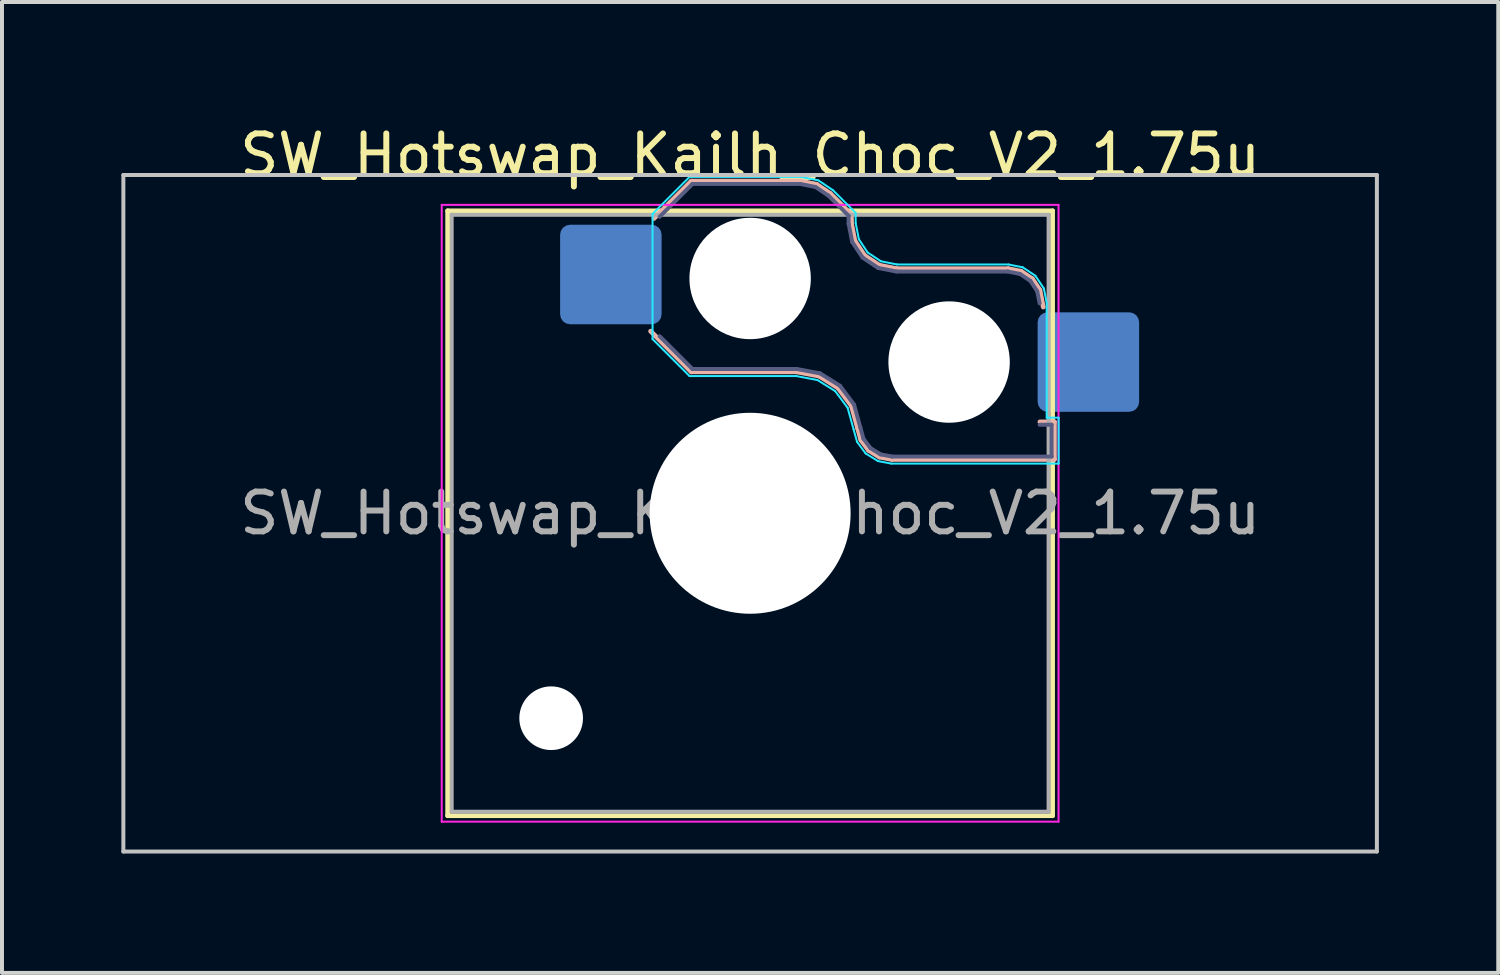
<source format=kicad_pcb>
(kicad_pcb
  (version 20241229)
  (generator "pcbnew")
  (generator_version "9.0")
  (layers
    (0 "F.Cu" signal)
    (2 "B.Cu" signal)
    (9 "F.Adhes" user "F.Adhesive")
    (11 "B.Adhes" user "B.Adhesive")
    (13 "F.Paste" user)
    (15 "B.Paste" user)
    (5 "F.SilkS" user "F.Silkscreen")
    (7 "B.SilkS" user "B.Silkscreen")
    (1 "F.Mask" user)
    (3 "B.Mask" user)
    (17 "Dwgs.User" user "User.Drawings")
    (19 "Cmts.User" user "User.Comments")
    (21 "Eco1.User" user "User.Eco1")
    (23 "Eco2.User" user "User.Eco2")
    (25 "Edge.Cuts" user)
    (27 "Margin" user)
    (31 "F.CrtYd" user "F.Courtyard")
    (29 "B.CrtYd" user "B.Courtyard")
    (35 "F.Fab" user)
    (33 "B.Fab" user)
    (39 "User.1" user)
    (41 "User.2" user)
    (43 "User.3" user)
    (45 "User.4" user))
  (footprint "SW_Hotswap_Kailh_Choc_V2_1.75u"
    (layer "F.Cu")
    (at 15.8 9.848)
    (property "Reference" "SW_Hotswap_Kailh_Choc_V2_1.75u" (at 0 -9 0) (layer "F.SilkS") (effects (font (size 1 1) (thickness 0.15))))
    (attr smd)
    (fp_line (start -7.6 -7.6) (end -7.6 7.6) (stroke (width 0.12) (type solid)) (layer "F.SilkS"))
    (fp_line (start -7.6 7.6) (end 7.6 7.6) (stroke (width 0.12) (type solid)) (layer "F.SilkS"))
    (fp_line (start 7.6 -7.6) (end -7.6 -7.6) (stroke (width 0.12) (type solid)) (layer "F.SilkS"))
    (fp_line (start 7.6 7.6) (end 7.6 -7.6) (stroke (width 0.12) (type solid)) (layer "F.SilkS"))
    (fp_line (start -2.416 -7.409) (end -1.479 -8.346) (stroke (width 0.12) (type solid)) (layer "B.SilkS"))
    (fp_line (start -1.479 -8.346) (end 1.268 -8.346) (stroke (width 0.12) (type solid)) (layer "B.SilkS"))
    (fp_line (start -1.479 -3.554) (end -2.5 -4.575) (stroke (width 0.12) (type solid)) (layer "B.SilkS"))
    (fp_line (start 1.168 -3.554) (end -1.479 -3.554) (stroke (width 0.12) (type solid)) (layer "B.SilkS"))
    (fp_line (start 1.268 -8.346) (end 1.671 -8.266) (stroke (width 0.12) (type solid)) (layer "B.SilkS"))
    (fp_line (start 1.671 -8.266) (end 2.013 -8.037) (stroke (width 0.12) (type solid)) (layer "B.SilkS"))
    (fp_line (start 1.73 -3.449) (end 1.168 -3.554) (stroke (width 0.12) (type solid)) (layer "B.SilkS"))
    (fp_line (start 2.013 -8.037) (end 2.546 -7.504) (stroke (width 0.12) (type solid)) (layer "B.SilkS"))
    (fp_line (start 2.209 -3.15) (end 1.73 -3.449) (stroke (width 0.12) (type solid)) (layer "B.SilkS"))
    (fp_line (start 2.546 -7.504) (end 2.546 -7.282) (stroke (width 0.12) (type solid)) (layer "B.SilkS"))
    (fp_line (start 2.546 -7.282) (end 2.633 -6.844) (stroke (width 0.12) (type solid)) (layer "B.SilkS"))
    (fp_line (start 2.547 -2.697) (end 2.209 -3.15) (stroke (width 0.12) (type solid)) (layer "B.SilkS"))
    (fp_line (start 2.633 -6.844) (end 2.877 -6.477) (stroke (width 0.12) (type solid)) (layer "B.SilkS"))
    (fp_line (start 2.701 -2.139) (end 2.547 -2.697) (stroke (width 0.12) (type solid)) (layer "B.SilkS"))
    (fp_line (start 2.783 -1.841) (end 2.701 -2.139) (stroke (width 0.12) (type solid)) (layer "B.SilkS"))
    (fp_line (start 2.877 -6.477) (end 3.244 -6.233) (stroke (width 0.12) (type solid)) (layer "B.SilkS"))
    (fp_line (start 2.976 -1.583) (end 2.783 -1.841) (stroke (width 0.12) (type solid)) (layer "B.SilkS"))
    (fp_line (start 3.244 -6.233) (end 3.682 -6.146) (stroke (width 0.12) (type solid)) (layer "B.SilkS"))
    (fp_line (start 3.25 -1.413) (end 2.976 -1.583) (stroke (width 0.12) (type solid)) (layer "B.SilkS"))
    (fp_line (start 3.56 -1.354) (end 3.25 -1.413) (stroke (width 0.12) (type solid)) (layer "B.SilkS"))
    (fp_line (start 3.682 -6.146) (end 6.482 -6.146) (stroke (width 0.12) (type solid)) (layer "B.SilkS"))
    (fp_line (start 6.482 -6.146) (end 6.809 -6.081) (stroke (width 0.12) (type solid)) (layer "B.SilkS"))
    (fp_line (start 6.809 -6.081) (end 7.092 -5.892) (stroke (width 0.12) (type solid)) (layer "B.SilkS"))
    (fp_line (start 7.092 -5.892) (end 7.281 -5.609) (stroke (width 0.12) (type solid)) (layer "B.SilkS"))
    (fp_line (start 7.281 -5.609) (end 7.366 -5.182) (stroke (width 0.12) (type solid)) (layer "B.SilkS"))
    (fp_line (start 7.283 -2.296) (end 7.646 -2.296) (stroke (width 0.12) (type solid)) (layer "B.SilkS"))
    (fp_line (start 7.646 -2.296) (end 7.646 -1.354) (stroke (width 0.12) (type solid)) (layer "B.SilkS"))
    (fp_line (start 7.646 -1.354) (end 3.56 -1.354) (stroke (width 0.12) (type solid)) (layer "B.SilkS"))
    (fp_line (start -15.75 -8.5) (end -15.75 8.5) (stroke (width 0.1) (type solid)) (layer "Dwgs.User"))
    (fp_line (start -15.75 8.5) (end 15.75 8.5) (stroke (width 0.1) (type solid)) (layer "Dwgs.User"))
    (fp_line (start 15.75 -8.5) (end -15.75 -8.5) (stroke (width 0.1) (type solid)) (layer "Dwgs.User"))
    (fp_line (start 15.75 8.5) (end 15.75 -8.5) (stroke (width 0.1) (type solid)) (layer "Dwgs.User"))
    (fp_line (start -7.25 -7.25) (end -7.25 7.25) (stroke (width 0.1) (type solid)) (layer "Eco1.User"))
    (fp_line (start -7.25 7.25) (end 7.25 7.25) (stroke (width 0.1) (type solid)) (layer "Eco1.User"))
    (fp_line (start 7.25 -7.25) (end -7.25 -7.25) (stroke (width 0.1) (type solid)) (layer "Eco1.User"))
    (fp_line (start 7.25 7.25) (end 7.25 -7.25) (stroke (width 0.1) (type solid)) (layer "Eco1.User"))
    (fp_line (start -2.452 -7.523) (end -1.523 -8.452) (stroke (width 0.05) (type solid)) (layer "B.CrtYd"))
    (fp_line (start -2.452 -4.377) (end -2.452 -7.523) (stroke (width 0.05) (type solid)) (layer "B.CrtYd"))
    (fp_line (start -1.523 -8.452) (end 1.278 -8.452) (stroke (width 0.05) (type solid)) (layer "B.CrtYd"))
    (fp_line (start -1.523 -3.448) (end -2.452 -4.377) (stroke (width 0.05) (type solid)) (layer "B.CrtYd"))
    (fp_line (start 1.159 -3.448) (end -1.523 -3.448) (stroke (width 0.05) (type solid)) (layer "B.CrtYd"))
    (fp_line (start 1.278 -8.452) (end 1.712 -8.366) (stroke (width 0.05) (type solid)) (layer "B.CrtYd"))
    (fp_line (start 1.691 -3.348) (end 1.159 -3.448) (stroke (width 0.05) (type solid)) (layer "B.CrtYd"))
    (fp_line (start 1.712 -8.366) (end 2.081 -8.119) (stroke (width 0.05) (type solid)) (layer "B.CrtYd"))
    (fp_line (start 2.081 -8.119) (end 2.652 -7.548) (stroke (width 0.05) (type solid)) (layer "B.CrtYd"))
    (fp_line (start 2.136 -3.071) (end 1.691 -3.348) (stroke (width 0.05) (type solid)) (layer "B.CrtYd"))
    (fp_line (start 2.45 -2.65) (end 2.136 -3.071) (stroke (width 0.05) (type solid)) (layer "B.CrtYd"))
    (fp_line (start 2.599 -2.111) (end 2.45 -2.65) (stroke (width 0.05) (type solid)) (layer "B.CrtYd"))
    (fp_line (start 2.652 -7.548) (end 2.652 -7.292) (stroke (width 0.05) (type solid)) (layer "B.CrtYd"))
    (fp_line (start 2.652 -7.292) (end 2.733 -6.885) (stroke (width 0.05) (type solid)) (layer "B.CrtYd"))
    (fp_line (start 2.687 -1.794) (end 2.599 -2.111) (stroke (width 0.05) (type solid)) (layer "B.CrtYd"))
    (fp_line (start 2.733 -6.885) (end 2.953 -6.553) (stroke (width 0.05) (type solid)) (layer "B.CrtYd"))
    (fp_line (start 2.903 -1.503) (end 2.687 -1.794) (stroke (width 0.05) (type solid)) (layer "B.CrtYd"))
    (fp_line (start 2.953 -6.553) (end 3.285 -6.333) (stroke (width 0.05) (type solid)) (layer "B.CrtYd"))
    (fp_line (start 3.211 -1.312) (end 2.903 -1.503) (stroke (width 0.05) (type solid)) (layer "B.CrtYd"))
    (fp_line (start 3.285 -6.333) (end 3.692 -6.252) (stroke (width 0.05) (type solid)) (layer "B.CrtYd"))
    (fp_line (start 3.55 -1.248) (end 3.211 -1.312) (stroke (width 0.05) (type solid)) (layer "B.CrtYd"))
    (fp_line (start 3.692 -6.252) (end 6.492 -6.252) (stroke (width 0.05) (type solid)) (layer "B.CrtYd"))
    (fp_line (start 6.492 -6.252) (end 6.85 -6.181) (stroke (width 0.05) (type solid)) (layer "B.CrtYd"))
    (fp_line (start 6.85 -6.181) (end 7.168 -5.968) (stroke (width 0.05) (type solid)) (layer "B.CrtYd"))
    (fp_line (start 7.168 -5.968) (end 7.381 -5.65) (stroke (width 0.05) (type solid)) (layer "B.CrtYd"))
    (fp_line (start 7.381 -5.65) (end 7.452 -5.292) (stroke (width 0.05) (type solid)) (layer "B.CrtYd"))
    (fp_line (start 7.452 -5.292) (end 7.452 -2.402) (stroke (width 0.05) (type solid)) (layer "B.CrtYd"))
    (fp_line (start 7.452 -2.402) (end 7.752 -2.402) (stroke (width 0.05) (type solid)) (layer "B.CrtYd"))
    (fp_line (start 7.752 -2.402) (end 7.752 -1.248) (stroke (width 0.05) (type solid)) (layer "B.CrtYd"))
    (fp_line (start 7.752 -1.248) (end 3.55 -1.248) (stroke (width 0.05) (type solid)) (layer "B.CrtYd"))
    (fp_line (start -7.75 -7.75) (end -7.75 7.75) (stroke (width 0.05) (type solid)) (layer "F.CrtYd"))
    (fp_line (start -7.75 7.75) (end 7.75 7.75) (stroke (width 0.05) (type solid)) (layer "F.CrtYd"))
    (fp_line (start 7.75 -7.75) (end -7.75 -7.75) (stroke (width 0.05) (type solid)) (layer "F.CrtYd"))
    (fp_line (start 7.75 7.75) (end 7.75 -7.75) (stroke (width 0.05) (type solid)) (layer "F.CrtYd"))
    (fp_line (start -2.275 -7.45) (end -1.45 -8.275) (stroke (width 0.1) (type solid)) (layer "B.Fab"))
    (fp_line (start -1.45 -8.275) (end 1.261 -8.275) (stroke (width 0.1) (type solid)) (layer "B.Fab"))
    (fp_line (start -1.45 -3.625) (end -2.275 -4.45) (stroke (width 0.1) (type solid)) (layer "B.Fab"))
    (fp_line (start 1.175 -3.625) (end -1.45 -3.625) (stroke (width 0.1) (type solid)) (layer "B.Fab"))
    (fp_line (start 1.261 -8.275) (end 1.643 -8.199) (stroke (width 0.1) (type solid)) (layer "B.Fab"))
    (fp_line (start 1.643 -8.199) (end 1.968 -7.982) (stroke (width 0.1) (type solid)) (layer "B.Fab"))
    (fp_line (start 1.756 -3.516) (end 1.175 -3.625) (stroke (width 0.1) (type solid)) (layer "B.Fab"))
    (fp_line (start 1.968 -7.982) (end 2.475 -7.475) (stroke (width 0.1) (type solid)) (layer "B.Fab"))
    (fp_line (start 2.258 -3.203) (end 1.756 -3.516) (stroke (width 0.1) (type solid)) (layer "B.Fab"))
    (fp_line (start 2.475 -7.475) (end 2.475 -7.275) (stroke (width 0.1) (type solid)) (layer "B.Fab"))
    (fp_line (start 2.475 -7.275) (end 2.566 -6.816) (stroke (width 0.1) (type solid)) (layer "B.Fab"))
    (fp_line (start 2.566 -6.816) (end 2.826 -6.426) (stroke (width 0.1) (type solid)) (layer "B.Fab"))
    (fp_line (start 2.612 -2.729) (end 2.258 -3.203) (stroke (width 0.1) (type solid)) (layer "B.Fab"))
    (fp_line (start 2.769 -2.158) (end 2.612 -2.729) (stroke (width 0.1) (type solid)) (layer "B.Fab"))
    (fp_line (start 2.826 -6.426) (end 3.216 -6.166) (stroke (width 0.1) (type solid)) (layer "B.Fab"))
    (fp_line (start 2.848 -1.873) (end 2.769 -2.158) (stroke (width 0.1) (type solid)) (layer "B.Fab"))
    (fp_line (start 3.025 -1.636) (end 2.848 -1.873) (stroke (width 0.1) (type solid)) (layer "B.Fab"))
    (fp_line (start 3.216 -6.166) (end 3.675 -6.075) (stroke (width 0.1) (type solid)) (layer "B.Fab"))
    (fp_line (start 3.276 -1.48) (end 3.025 -1.636) (stroke (width 0.1) (type solid)) (layer "B.Fab"))
    (fp_line (start 3.567 -1.425) (end 3.276 -1.48) (stroke (width 0.1) (type solid)) (layer "B.Fab"))
    (fp_line (start 3.675 -6.075) (end 6.475 -6.075) (stroke (width 0.1) (type solid)) (layer "B.Fab"))
    (fp_line (start 6.475 -6.075) (end 6.781 -6.014) (stroke (width 0.1) (type solid)) (layer "B.Fab"))
    (fp_line (start 6.781 -6.014) (end 7.041 -5.841) (stroke (width 0.1) (type solid)) (layer "B.Fab"))
    (fp_line (start 7.041 -5.841) (end 7.214 -5.581) (stroke (width 0.1) (type solid)) (layer "B.Fab"))
    (fp_line (start 7.214 -5.581) (end 7.275 -5.275) (stroke (width 0.1) (type solid)) (layer "B.Fab"))
    (fp_line (start 7.275 -2.225) (end 7.575 -2.225) (stroke (width 0.1) (type solid)) (layer "B.Fab"))
    (fp_line (start 7.575 -2.225) (end 7.575 -1.425) (stroke (width 0.1) (type solid)) (layer "B.Fab"))
    (fp_line (start 7.575 -1.425) (end 3.567 -1.425) (stroke (width 0.1) (type solid)) (layer "B.Fab"))
    (fp_line (start -7.5 -7.5) (end -7.5 7.5) (stroke (width 0.1) (type solid)) (layer "F.Fab"))
    (fp_line (start -7.5 7.5) (end 7.5 7.5) (stroke (width 0.1) (type solid)) (layer "F.Fab"))
    (fp_line (start 7.5 -7.5) (end -7.5 -7.5) (stroke (width 0.1) (type solid)) (layer "F.Fab"))
    (fp_line (start 7.5 7.5) (end 7.5 -7.5) (stroke (width 0.1) (type solid)) (layer "F.Fab"))
    (fp_text user "${REFERENCE}" (at 0 0 0) (layer "F.Fab") (effects (font (size 1 1) (thickness 0.15))))
    (pad "" np_thru_hole circle (at -5 5.15) (size 1.6 1.6) (drill 1.6) (layers "*.Cu" "*.Mask"))
    (pad "" np_thru_hole circle (at 0 -5.9) (size 3.05 3.05) (drill 3.05) (layers "*.Cu" "*.Mask"))
    (pad "" np_thru_hole circle (at 0 0) (size 5.05 5.05) (drill 5.05) (layers "*.Cu" "*.Mask"))
    (pad "" np_thru_hole circle (at 5 -3.8) (size 3.05 3.05) (drill 3.05) (layers "*.Cu" "*.Mask"))
    (pad "1" smd roundrect (at -3.5 -6) (size 2.55 2.5) (layers "B.Cu" "B.Mask" "B.Paste") (roundrect_rratio 0.1))
    (pad "2" smd roundrect (at 8.5 -3.8) (size 2.55 2.5) (layers "B.Cu" "B.Mask" "B.Paste") (roundrect_rratio 0.1)))
  (gr_rect
    (start -3 -3)
    (end 34.6 21.398)
    (stroke (width 0.1) (type default))
    (fill no)
    (layer "Edge.Cuts")))
</source>
